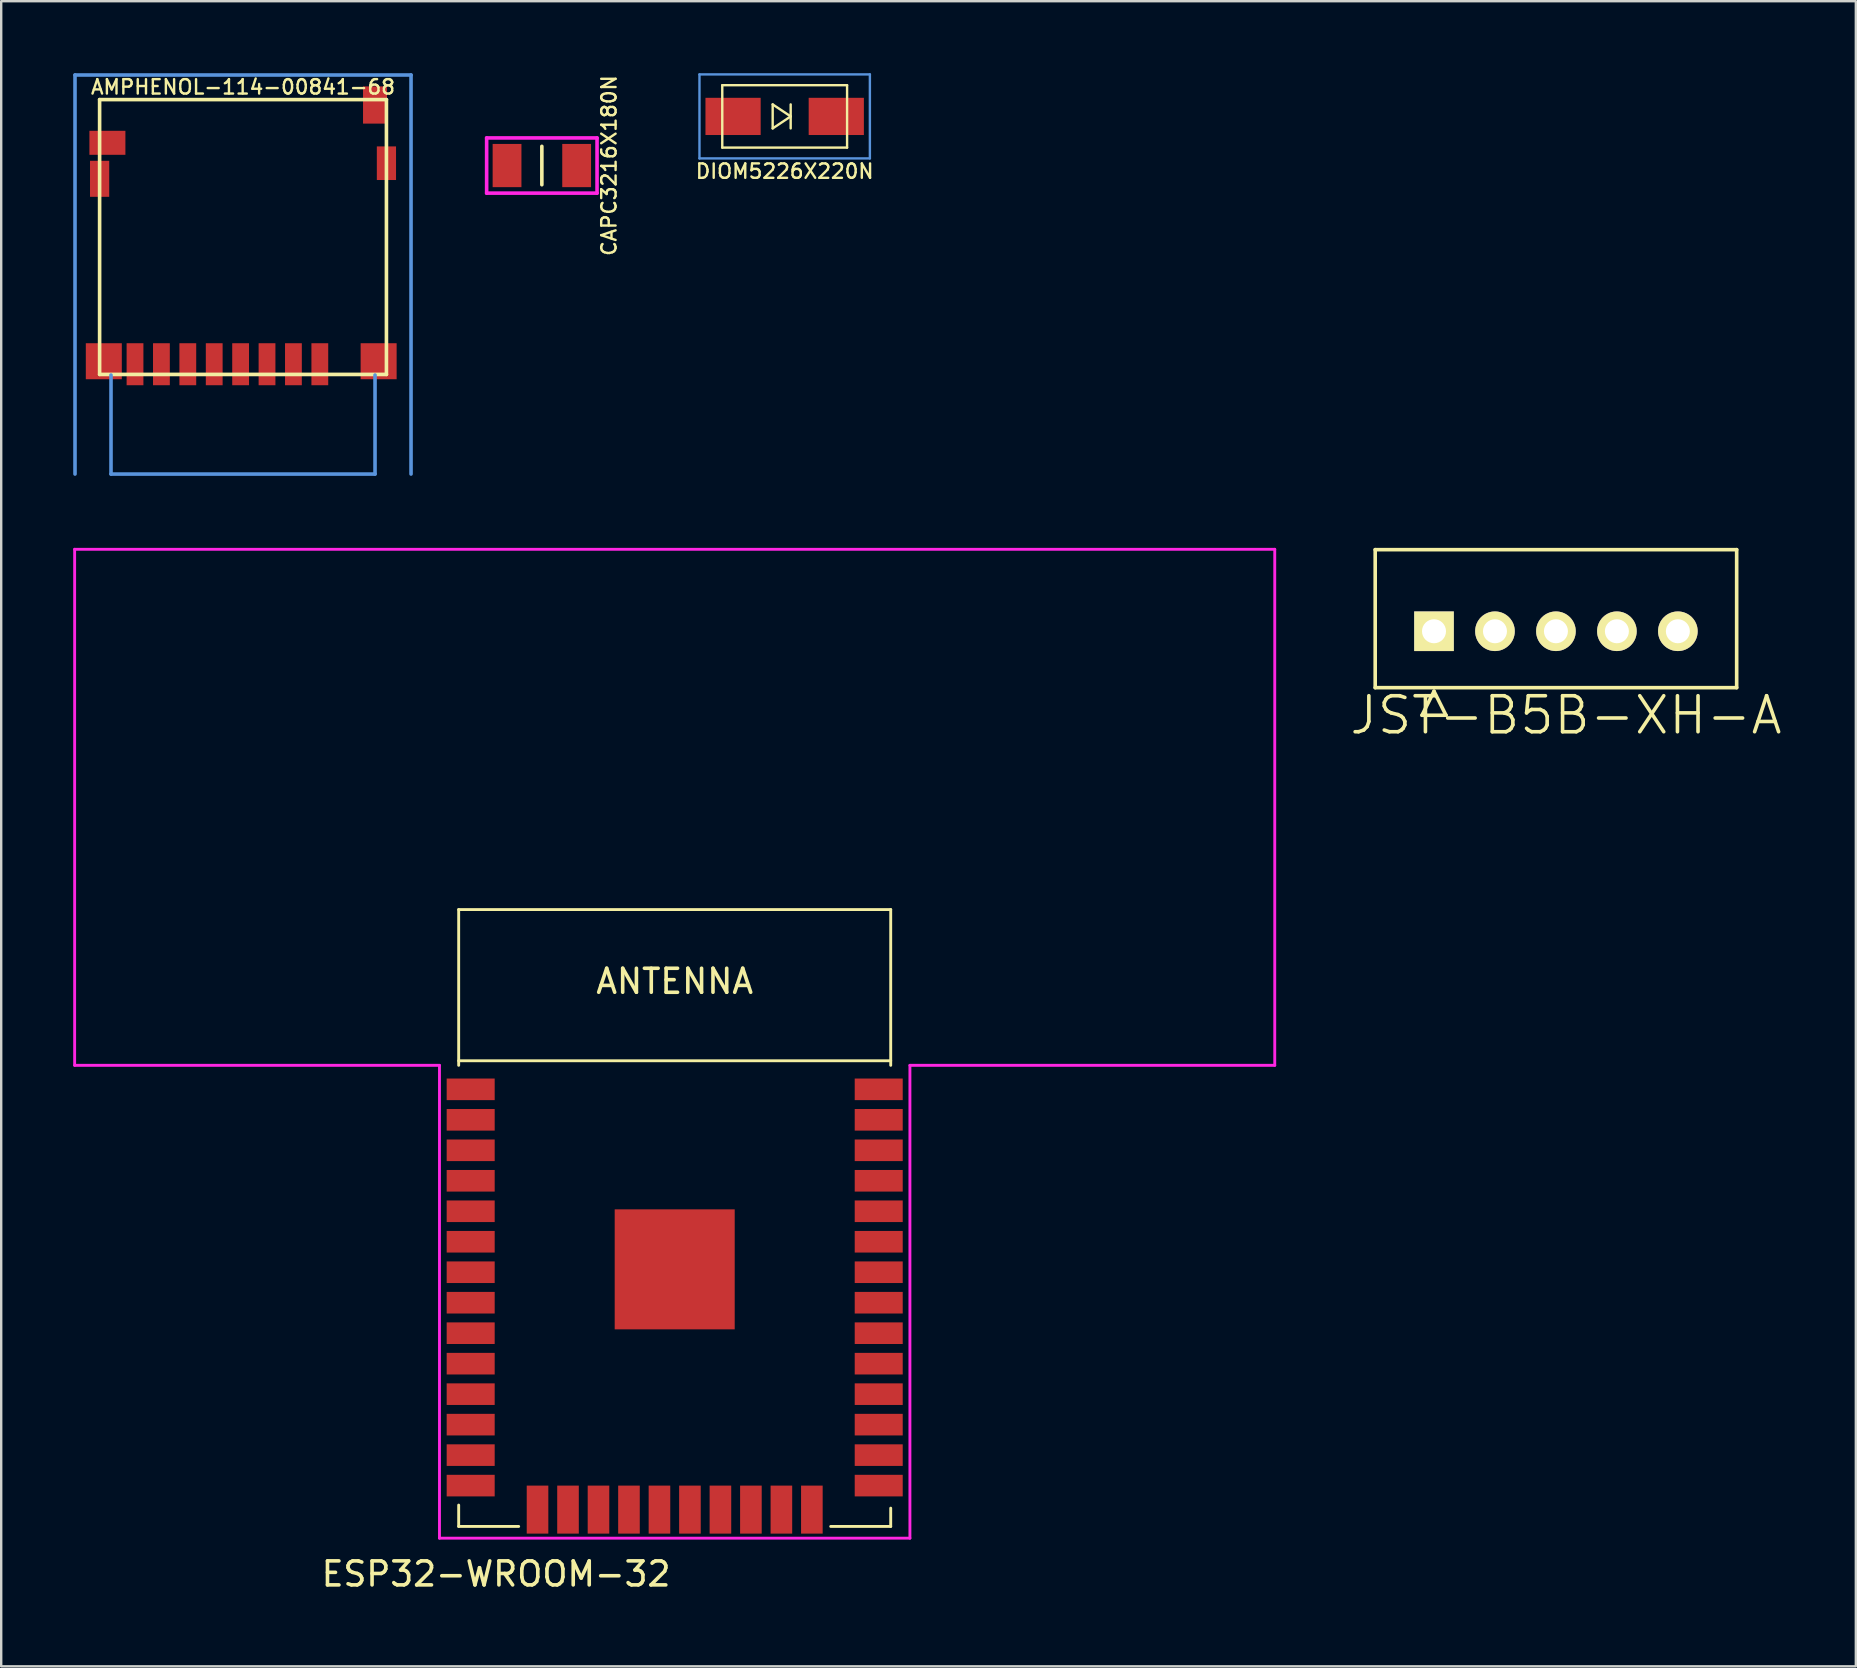
<source format=kicad_pcb>
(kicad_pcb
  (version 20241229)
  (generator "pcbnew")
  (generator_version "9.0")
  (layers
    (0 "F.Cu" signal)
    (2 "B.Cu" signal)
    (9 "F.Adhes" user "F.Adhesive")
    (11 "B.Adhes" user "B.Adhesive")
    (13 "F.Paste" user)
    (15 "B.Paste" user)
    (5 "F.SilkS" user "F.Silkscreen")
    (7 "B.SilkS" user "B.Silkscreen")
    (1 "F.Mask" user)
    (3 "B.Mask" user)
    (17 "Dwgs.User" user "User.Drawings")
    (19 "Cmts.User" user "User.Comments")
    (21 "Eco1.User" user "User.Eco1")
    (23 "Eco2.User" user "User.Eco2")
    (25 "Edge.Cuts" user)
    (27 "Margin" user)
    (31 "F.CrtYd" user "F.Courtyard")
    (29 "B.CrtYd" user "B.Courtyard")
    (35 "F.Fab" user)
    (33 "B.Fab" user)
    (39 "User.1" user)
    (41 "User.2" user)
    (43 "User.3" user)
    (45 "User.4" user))
  (footprint "AMPHENOL-114-00841-68"
    (layer "F.Cu")
    (at 7.075 7.075)
    (property "Reference" "AMPHENOL-114-00841-68" (at 0 -6.5 0) (layer "F.SilkS") (effects (font (size 0.6 0.6) (thickness 0.1))))
    (attr through_hole)
    (fp_line (start -5.975 -5.975) (end -5.975 5.475) (stroke (width 0.15) (type solid)) (layer "F.SilkS"))
    (fp_line (start -5.975 -5.975) (end 5.975 -5.975) (stroke (width 0.15) (type solid)) (layer "F.SilkS"))
    (fp_line (start -5.975 5.475) (end 5.975 5.475) (stroke (width 0.15) (type solid)) (layer "F.SilkS"))
    (fp_line (start 5.975 5.475) (end 5.975 -5.975) (stroke (width 0.15) (type solid)) (layer "F.SilkS"))
    (fp_line (start -7 -7) (end -7 9.625) (stroke (width 0.15) (type solid)) (layer "Cmts.User"))
    (fp_line (start -7 -7) (end 7 -7) (stroke (width 0.15) (type solid)) (layer "Cmts.User"))
    (fp_line (start -5.5 5.5) (end -5.5 9.625) (stroke (width 0.15) (type solid)) (layer "Cmts.User"))
    (fp_line (start -5.5 9.625) (end 5.5 9.625) (stroke (width 0.15) (type solid)) (layer "Cmts.User"))
    (fp_line (start 5.5 9.625) (end 5.5 5.5) (stroke (width 0.15) (type solid)) (layer "Cmts.User"))
    (fp_line (start 7 -7) (end 7 9.625) (stroke (width 0.15) (type solid)) (layer "Cmts.User"))
    (pad "" smd rect (at -5.975 -2.675) (size 0.8 1.5) (layers "F.Cu" "F.Mask" "F.Paste"))
    (pad "" smd rect (at -5.8 4.925) (size 1.5 1.5) (layers "F.Cu" "F.Mask" "F.Paste"))
    (pad "" smd rect (at 5.65 4.925) (size 1.5 1.5) (layers "F.Cu" "F.Mask" "F.Paste"))
    (pad "" smd rect (at 5.975 -3.325) (size 0.8 1.4) (layers "F.Cu" "F.Mask" "F.Paste"))
    (pad "1" smd rect (at 3.2 5.05) (size 0.7 1.75) (layers "F.Cu" "F.Mask" "F.Paste"))
    (pad "2" smd rect (at 2.1 5.05) (size 0.7 1.75) (layers "F.Cu" "F.Mask" "F.Paste"))
    (pad "3" smd rect (at 1 5.05) (size 0.7 1.75) (layers "F.Cu" "F.Mask" "F.Paste"))
    (pad "4" smd rect (at -0.1 5.05) (size 0.7 1.75) (layers "F.Cu" "F.Mask" "F.Paste"))
    (pad "5" smd rect (at -1.2 5.05) (size 0.7 1.75) (layers "F.Cu" "F.Mask" "F.Paste"))
    (pad "6" smd rect (at -2.3 5.05) (size 0.7 1.75) (layers "F.Cu" "F.Mask" "F.Paste"))
    (pad "7" smd rect (at -3.4 5.05) (size 0.7 1.75) (layers "F.Cu" "F.Mask" "F.Paste"))
    (pad "8" smd rect (at -4.5 5.05) (size 0.7 1.75) (layers "F.Cu" "F.Mask" "F.Paste"))
    (pad "CD" smd rect (at -5.65 -4.175) (size 1.5 1) (layers "F.Cu" "F.Mask" "F.Paste"))
    (pad "CD" smd rect (at 5.5 -5.75) (size 1 1.55) (layers "F.Cu" "F.Mask" "F.Paste")))
  (footprint "DIOM5226X220N"
    (layer "F.Cu")
    (at 29.642 1.8)
    (property "Reference" "DIOM5226X220N" (at 0 2.286 0) (layer "F.SilkS") (effects (font (size 0.6 0.6) (thickness 0.1))))
    (attr through_hole)
    (fp_line (start -2.6 -1.3) (end 2.6 -1.3) (stroke (width 0.1) (type solid)) (layer "F.SilkS"))
    (fp_line (start -2.6 1.3) (end -2.6 -1.3) (stroke (width 0.1) (type solid)) (layer "F.SilkS"))
    (fp_line (start -0.5 -0.5) (end -0.5 0.5) (stroke (width 0.1) (type solid)) (layer "F.SilkS"))
    (fp_line (start -0.5 0.5) (end 0.25 0) (stroke (width 0.1) (type solid)) (layer "F.SilkS"))
    (fp_line (start 0.25 -0.5) (end 0.25 0.5) (stroke (width 0.1) (type solid)) (layer "F.SilkS"))
    (fp_line (start 0.25 0) (end -0.5 -0.5) (stroke (width 0.1) (type solid)) (layer "F.SilkS"))
    (fp_line (start 2.6 -1.3) (end 2.6 1.3) (stroke (width 0.1) (type solid)) (layer "F.SilkS"))
    (fp_line (start 2.6 1.3) (end -2.6 1.3) (stroke (width 0.1) (type solid)) (layer "F.SilkS"))
    (fp_line (start -3.55 -1.75) (end 3.55 -1.75) (stroke (width 0.1) (type solid)) (layer "Cmts.User"))
    (fp_line (start -3.55 1.75) (end -3.55 -1.75) (stroke (width 0.1) (type solid)) (layer "Cmts.User"))
    (fp_line (start 3.55 -1.75) (end 3.55 1.75) (stroke (width 0.1) (type solid)) (layer "Cmts.User"))
    (fp_line (start 3.55 1.75) (end -3.55 1.75) (stroke (width 0.1) (type solid)) (layer "Cmts.User"))
    (pad "1" smd rect (at -2.15 0) (size 2.3 1.55) (layers "F.Cu" "F.Mask" "F.Paste"))
    (pad "2" smd rect (at 2.15 0) (size 2.3 1.55) (layers "F.Cu" "F.Mask" "F.Paste")))
  (footprint "CAPC3216X180N"
    (layer "F.Cu")
    (at 19.525 3.847)
    (property "Reference" "CAPC3216X180N" (at 2.8 0 90) (layer "F.SilkS") (effects (font (size 0.6 0.6) (thickness 0.1))))
    (attr through_hole)
    (fp_line (start 0 -0.8) (end 0 0.8) (stroke (width 0.15) (type solid)) (layer "F.SilkS"))
    (fp_line (start -2.3 -1.15) (end 2.3 -1.15) (stroke (width 0.15) (type solid)) (layer "F.CrtYd"))
    (fp_line (start -2.3 1.15) (end -2.3 -1.15) (stroke (width 0.15) (type solid)) (layer "F.CrtYd"))
    (fp_line (start 2.3 -1.15) (end 2.3 1.15) (stroke (width 0.15) (type solid)) (layer "F.CrtYd"))
    (fp_line (start 2.3 1.15) (end -2.3 1.15) (stroke (width 0.15) (type solid)) (layer "F.CrtYd"))
    (pad "1" smd rect (at -1.45 0) (size 1.2 1.8) (layers "F.Cu" "F.Mask" "F.Paste"))
    (pad "2" smd rect (at 1.45 0) (size 1.2 1.8) (layers "F.Cu" "F.Mask" "F.Paste")))
  (footprint "JST-B5B-XH-A"
    (layer "F.Cu")
    (at 56.695 23.25)
    (property "Reference" "JST-B5B-XH-A" (at 5.5 3.5 0) (layer "F.SilkS") (effects (font (size 1.5 1.5) (thickness 0.15))))
    (attr through_hole)
    (fp_line (start -2.45 -3.4) (end -2.45 2.35) (stroke (width 0.15) (type solid)) (layer "F.SilkS"))
    (fp_line (start -2.45 -3.4) (end 12.61 -3.4) (stroke (width 0.15) (type solid)) (layer "F.SilkS"))
    (fp_line (start -0.5 3.5) (end 0.5 3.5) (stroke (width 0.15) (type solid)) (layer "F.SilkS"))
    (fp_line (start 0 2.5) (end -0.5 3.5) (stroke (width 0.15) (type solid)) (layer "F.SilkS"))
    (fp_line (start 0.5 3.5) (end 0 2.5) (stroke (width 0.15) (type solid)) (layer "F.SilkS"))
    (fp_line (start 12.61 2.35) (end -2.45 2.35) (stroke (width 0.15) (type solid)) (layer "F.SilkS"))
    (fp_line (start 12.61 2.35) (end 12.61 -3.4) (stroke (width 0.15) (type solid)) (layer "F.SilkS"))
    (pad "1" thru_hole rect (at 0 0) (size 1.65 1.65) (drill 1) (layers "*.Cu" "*.Mask" "F.SilkS"))
    (pad "2" thru_hole circle (at 2.54 0) (size 1.65 1.65) (drill 1) (layers "*.Cu" "*.Mask" "F.SilkS"))
    (pad "3" thru_hole circle (at 5.08 0) (size 1.65 1.65) (drill 1) (layers "*.Cu" "*.Mask" "F.SilkS"))
    (pad "4" thru_hole circle (at 7.62 0) (size 1.65 1.65) (drill 1) (layers "*.Cu" "*.Mask" "F.SilkS"))
    (pad "5" thru_hole circle (at 10.16 0) (size 1.65 1.65) (drill 1) (layers "*.Cu" "*.Mask" "F.SilkS")))
  (footprint "ESP32-WROOM-32"
    (layer "F.Cu")
    (at 25.06 50.335)
    (property "Reference" "ESP32-WROOM-32" (at -7.442 12.192 0) (layer "F.SilkS") (effects (font (size 1 1) (thickness 0.15))))
    (attr through_hole)
    (fp_line (start -9 -15.49) (end 9 -15.49) (stroke (width 0.12) (type solid)) (layer "F.SilkS"))
    (fp_line (start -9 -9.19) (end 9 -9.19) (stroke (width 0.12) (type solid)) (layer "F.SilkS"))
    (fp_line (start -9 -9) (end -9 -15.49) (stroke (width 0.12) (type solid)) (layer "F.SilkS"))
    (fp_line (start -9 9.322) (end -9 10.211) (stroke (width 0.12) (type solid)) (layer "F.SilkS"))
    (fp_line (start -9 10.211) (end -6.5 10.211) (stroke (width 0.12) (type solid)) (layer "F.SilkS"))
    (fp_line (start 6.5 10.211) (end 9 10.211) (stroke (width 0.12) (type solid)) (layer "F.SilkS"))
    (fp_line (start 9 -15.49) (end 9 -9) (stroke (width 0.12) (type solid)) (layer "F.SilkS"))
    (fp_line (start 9 10.211) (end 9 9.449) (stroke (width 0.12) (type solid)) (layer "F.SilkS"))
    (fp_line (start -25 -30.5) (end -25 -9) (stroke (width 0.12) (type solid)) (layer "F.CrtYd"))
    (fp_line (start -25 -30.5) (end 25 -30.5) (stroke (width 0.12) (type solid)) (layer "F.CrtYd"))
    (fp_line (start -25 -9) (end -9.8 -9) (stroke (width 0.12) (type solid)) (layer "F.CrtYd"))
    (fp_line (start -9.8 10.7) (end -9.8 -9) (stroke (width 0.12) (type solid)) (layer "F.CrtYd"))
    (fp_line (start 9.8 -9) (end 9.8 10.7) (stroke (width 0.12) (type solid)) (layer "F.CrtYd"))
    (fp_line (start 9.8 -9) (end 25 -9) (stroke (width 0.12) (type solid)) (layer "F.CrtYd"))
    (fp_line (start 9.8 10.7) (end -9.8 10.7) (stroke (width 0.12) (type solid)) (layer "F.CrtYd"))
    (fp_line (start 25 -9) (end 25 -30.5) (stroke (width 0.12) (type solid)) (layer "F.CrtYd"))
    (fp_text user "ANTENNA" (at 0 -12.5 0) (layer "F.SilkS") (effects (font (size 1 1) (thickness 0.15))))
    (pad "1" smd rect (at -8.5 -8) (size 2 0.9) (layers "F.Cu" "F.Mask" "F.Paste"))
    (pad "2" smd rect (at -8.5 -6.73) (size 2 0.9) (layers "F.Cu" "F.Mask" "F.Paste"))
    (pad "3" smd rect (at -8.5 -5.46) (size 2 0.9) (layers "F.Cu" "F.Mask" "F.Paste"))
    (pad "4" smd rect (at -8.5 -4.19) (size 2 0.9) (layers "F.Cu" "F.Mask" "F.Paste"))
    (pad "5" smd rect (at -8.5 -2.92) (size 2 0.9) (layers "F.Cu" "F.Mask" "F.Paste"))
    (pad "6" smd rect (at -8.5 -1.65) (size 2 0.9) (layers "F.Cu" "F.Mask" "F.Paste"))
    (pad "7" smd rect (at -8.5 -0.38) (size 2 0.9) (layers "F.Cu" "F.Mask" "F.Paste"))
    (pad "8" smd rect (at -8.5 0.89) (size 2 0.9) (layers "F.Cu" "F.Mask" "F.Paste"))
    (pad "9" smd rect (at -8.5 2.16) (size 2 0.9) (layers "F.Cu" "F.Mask" "F.Paste"))
    (pad "10" smd rect (at -8.5 3.43) (size 2 0.9) (layers "F.Cu" "F.Mask" "F.Paste"))
    (pad "11" smd rect (at -8.5 4.7) (size 2 0.9) (layers "F.Cu" "F.Mask" "F.Paste"))
    (pad "12" smd rect (at -8.5 5.97) (size 2 0.9) (layers "F.Cu" "F.Mask" "F.Paste"))
    (pad "13" smd rect (at -8.5 7.24) (size 2 0.9) (layers "F.Cu" "F.Mask" "F.Paste"))
    (pad "14" smd rect (at -8.5 8.51) (size 2 0.9) (layers "F.Cu" "F.Mask" "F.Paste"))
    (pad "15" smd rect (at -5.715 9.51 90) (size 2 0.9) (layers "F.Cu" "F.Mask" "F.Paste"))
    (pad "16" smd rect (at -4.445 9.51 90) (size 2 0.9) (layers "F.Cu" "F.Mask" "F.Paste"))
    (pad "17" smd rect (at -3.175 9.51 90) (size 2 0.9) (layers "F.Cu" "F.Mask" "F.Paste"))
    (pad "18" smd rect (at -1.905 9.51 90) (size 2 0.9) (layers "F.Cu" "F.Mask" "F.Paste"))
    (pad "19" smd rect (at -0.635 9.51 90) (size 2 0.9) (layers "F.Cu" "F.Mask" "F.Paste"))
    (pad "20" smd rect (at 0.635 9.51 90) (size 2 0.9) (layers "F.Cu" "F.Mask" "F.Paste"))
    (pad "21" smd rect (at 1.905 9.51 90) (size 2 0.9) (layers "F.Cu" "F.Mask" "F.Paste"))
    (pad "22" smd rect (at 3.175 9.51 90) (size 2 0.9) (layers "F.Cu" "F.Mask" "F.Paste"))
    (pad "23" smd rect (at 4.445 9.51 90) (size 2 0.9) (layers "F.Cu" "F.Mask" "F.Paste"))
    (pad "24" smd rect (at 5.715 9.51 90) (size 2 0.9) (layers "F.Cu" "F.Mask" "F.Paste"))
    (pad "25" smd rect (at 8.5 8.51 180) (size 2 0.9) (layers "F.Cu" "F.Mask" "F.Paste"))
    (pad "26" smd rect (at 8.5 7.24 180) (size 2 0.9) (layers "F.Cu" "F.Mask" "F.Paste"))
    (pad "27" smd rect (at 8.5 5.97 180) (size 2 0.9) (layers "F.Cu" "F.Mask" "F.Paste"))
    (pad "28" smd rect (at 8.5 4.7 180) (size 2 0.9) (layers "F.Cu" "F.Mask" "F.Paste"))
    (pad "29" smd rect (at 8.5 3.43 180) (size 2 0.9) (layers "F.Cu" "F.Mask" "F.Paste"))
    (pad "30" smd rect (at 8.5 2.16 180) (size 2 0.9) (layers "F.Cu" "F.Mask" "F.Paste"))
    (pad "31" smd rect (at 8.5 0.89 180) (size 2 0.9) (layers "F.Cu" "F.Mask" "F.Paste"))
    (pad "32" smd rect (at 8.5 -0.38 180) (size 2 0.9) (layers "F.Cu" "F.Mask" "F.Paste"))
    (pad "33" smd rect (at 8.5 -1.65 180) (size 2 0.9) (layers "F.Cu" "F.Mask" "F.Paste"))
    (pad "34" smd rect (at 8.5 -2.92 180) (size 2 0.9) (layers "F.Cu" "F.Mask" "F.Paste"))
    (pad "35" smd rect (at 8.5 -4.19 180) (size 2 0.9) (layers "F.Cu" "F.Mask" "F.Paste"))
    (pad "36" smd rect (at 8.5 -5.46) (size 2 0.9) (layers "F.Cu" "F.Mask" "F.Paste"))
    (pad "37" smd rect (at 8.5 -6.73 180) (size 2 0.9) (layers "F.Cu" "F.Mask" "F.Paste"))
    (pad "38" smd rect (at 8.5 -8 180) (size 2 0.9) (layers "F.Cu" "F.Mask" "F.Paste"))
    (pad "39" smd rect (at 0 -0.5 180) (size 5 5) (layers "F.Cu" "F.Mask" "F.Paste")))
  (gr_rect
    (start -3 -3)
    (end 74.27 66.375)
    (stroke (width 0.1) (type default))
    (fill no)
    (layer "Edge.Cuts")))
</source>
